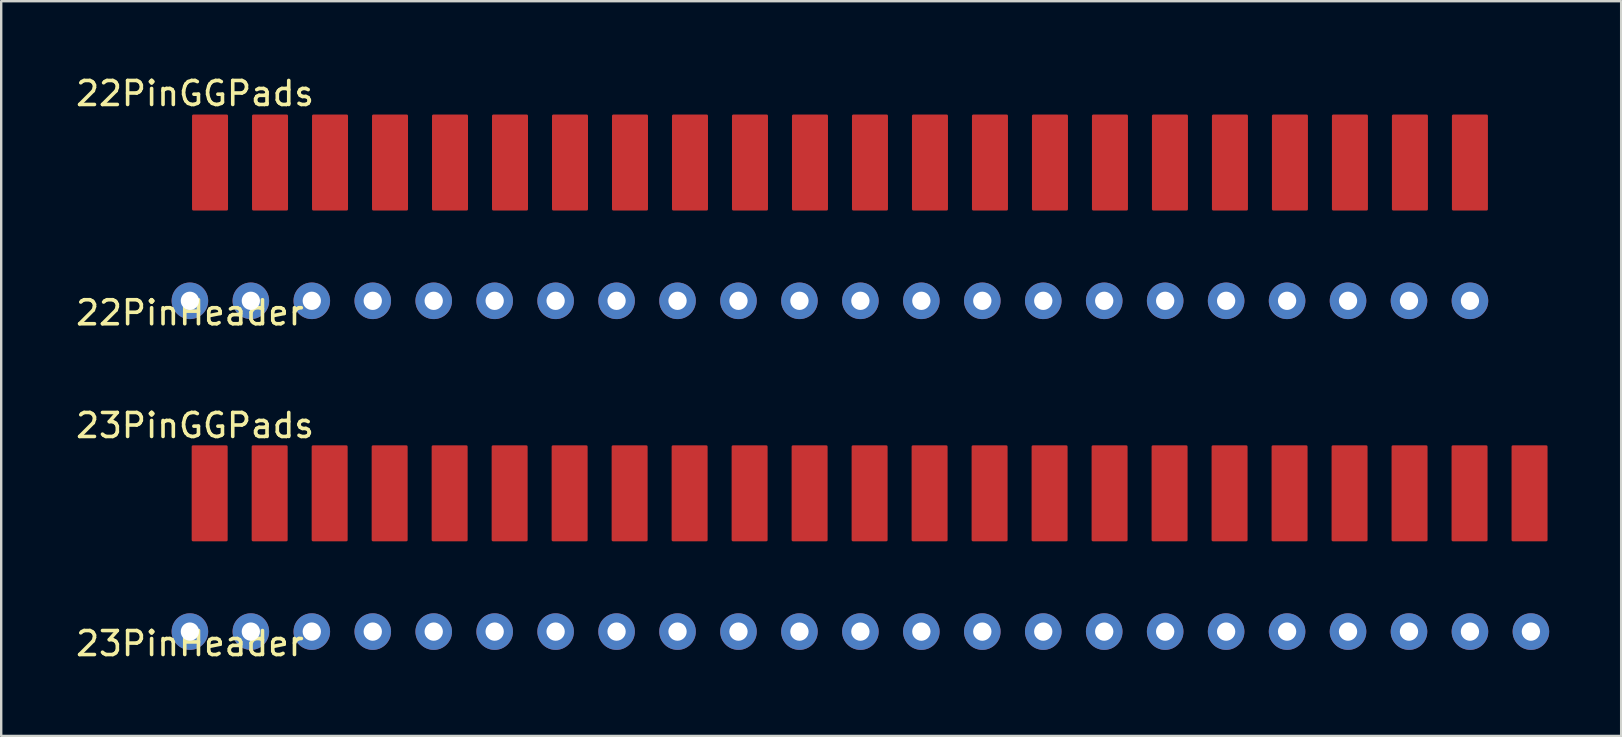
<source format=kicad_pcb>
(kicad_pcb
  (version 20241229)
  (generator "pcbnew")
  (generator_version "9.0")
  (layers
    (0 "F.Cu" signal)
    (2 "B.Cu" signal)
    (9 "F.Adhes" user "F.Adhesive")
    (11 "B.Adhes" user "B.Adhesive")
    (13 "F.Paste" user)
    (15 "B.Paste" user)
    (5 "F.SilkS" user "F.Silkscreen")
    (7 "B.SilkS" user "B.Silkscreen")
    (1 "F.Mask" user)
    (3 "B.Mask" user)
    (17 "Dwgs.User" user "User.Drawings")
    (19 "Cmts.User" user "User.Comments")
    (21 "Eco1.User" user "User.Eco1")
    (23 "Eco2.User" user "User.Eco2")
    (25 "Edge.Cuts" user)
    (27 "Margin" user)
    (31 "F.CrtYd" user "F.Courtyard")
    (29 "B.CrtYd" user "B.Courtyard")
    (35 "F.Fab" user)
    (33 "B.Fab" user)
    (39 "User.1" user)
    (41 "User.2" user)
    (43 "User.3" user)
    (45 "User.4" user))
  (footprint "23PinGGPads"
    (layer "F.Cu")
    (at 4.952 15.557)
    (property "Reference" "23PinGGPads" (at 0.125 -0.875 0) (layer "F.SilkS") (effects (font (size 1 1) (thickness 0.15))))
    (attr through_hole)
    (pad "1" smd custom (at 0.75 0.675) (size 1.124 1.124) (layers "F.Cu" "F.Mask" "F.Paste") (options (anchor rect)) (primitives (gr_poly (pts (xy 0.685 3.225) (xy -0.715 3.225) (xy -0.715 -0.675) (xy 0.685 -0.675)) (width 0.1) (fill yes))))
    (pad "2" smd custom (at 3.25 0.675) (size 1.124 1.124) (layers "F.Cu" "F.Mask" "F.Paste") (options (anchor rect)) (primitives (gr_poly (pts (xy 0.685 3.225) (xy -0.715 3.225) (xy -0.715 -0.675) (xy 0.685 -0.675)) (width 0.1) (fill yes))))
    (pad "3" smd custom (at 5.75 0.675) (size 1.124 1.124) (layers "F.Cu" "F.Mask" "F.Paste") (options (anchor rect)) (primitives (gr_poly (pts (xy 0.685 3.225) (xy -0.715 3.225) (xy -0.715 -0.675) (xy 0.685 -0.675)) (width 0.1) (fill yes))))
    (pad "4" smd custom (at 8.25 0.675) (size 1.124 1.124) (layers "F.Cu" "F.Mask" "F.Paste") (options (anchor rect)) (primitives (gr_poly (pts (xy 0.685 3.225) (xy -0.715 3.225) (xy -0.715 -0.675) (xy 0.685 -0.675)) (width 0.1) (fill yes))))
    (pad "5" smd custom (at 10.75 0.675) (size 1.124 1.124) (layers "F.Cu" "F.Mask" "F.Paste") (options (anchor rect)) (primitives (gr_poly (pts (xy 0.685 3.225) (xy -0.715 3.225) (xy -0.715 -0.675) (xy 0.685 -0.675)) (width 0.1) (fill yes))))
    (pad "6" smd custom (at 13.25 0.675) (size 1.124 1.124) (layers "F.Cu" "F.Mask" "F.Paste") (options (anchor rect)) (primitives (gr_poly (pts (xy 0.685 3.225) (xy -0.715 3.225) (xy -0.715 -0.675) (xy 0.685 -0.675)) (width 0.1) (fill yes))))
    (pad "7" smd custom (at 15.75 0.675) (size 1.124 1.124) (layers "F.Cu" "F.Mask" "F.Paste") (options (anchor rect)) (primitives (gr_poly (pts (xy 0.685 3.225) (xy -0.715 3.225) (xy -0.715 -0.675) (xy 0.685 -0.675)) (width 0.1) (fill yes))))
    (pad "8" smd custom (at 18.25 0.675) (size 1.124 1.124) (layers "F.Cu" "F.Mask" "F.Paste") (options (anchor rect)) (primitives (gr_poly (pts (xy 0.685 3.225) (xy -0.715 3.225) (xy -0.715 -0.675) (xy 0.685 -0.675)) (width 0.1) (fill yes))))
    (pad "9" smd custom (at 20.75 0.675) (size 1.124 1.124) (layers "F.Cu" "F.Mask" "F.Paste") (options (anchor rect)) (primitives (gr_poly (pts (xy 0.685 3.225) (xy -0.715 3.225) (xy -0.715 -0.675) (xy 0.685 -0.675)) (width 0.1) (fill yes))))
    (pad "10" smd custom (at 23.25 0.675) (size 1.124 1.124) (layers "F.Cu" "F.Mask" "F.Paste") (options (anchor rect)) (primitives (gr_poly (pts (xy 0.685 3.225) (xy -0.715 3.225) (xy -0.715 -0.675) (xy 0.685 -0.675)) (width 0.1) (fill yes))))
    (pad "11" smd custom (at 25.75 0.675) (size 1.124 1.124) (layers "F.Cu" "F.Mask" "F.Paste") (options (anchor rect)) (primitives (gr_poly (pts (xy 0.685 3.225) (xy -0.715 3.225) (xy -0.715 -0.675) (xy 0.685 -0.675)) (width 0.1) (fill yes))))
    (pad "12" smd custom (at 28.25 0.675) (size 1.124 1.124) (layers "F.Cu" "F.Mask" "F.Paste") (options (anchor rect)) (primitives (gr_poly (pts (xy 0.685 3.225) (xy -0.715 3.225) (xy -0.715 -0.675) (xy 0.685 -0.675)) (width 0.1) (fill yes))))
    (pad "13" smd custom (at 30.75 0.675) (size 1.124 1.124) (layers "F.Cu" "F.Mask" "F.Paste") (options (anchor rect)) (primitives (gr_poly (pts (xy 0.685 3.225) (xy -0.715 3.225) (xy -0.715 -0.675) (xy 0.685 -0.675)) (width 0.1) (fill yes))))
    (pad "14" smd custom (at 33.25 0.675) (size 1.124 1.124) (layers "F.Cu" "F.Mask" "F.Paste") (options (anchor rect)) (primitives (gr_poly (pts (xy 0.685 3.225) (xy -0.715 3.225) (xy -0.715 -0.675) (xy 0.685 -0.675)) (width 0.1) (fill yes))))
    (pad "15" smd custom (at 35.75 0.675) (size 1.124 1.124) (layers "F.Cu" "F.Mask" "F.Paste") (options (anchor rect)) (primitives (gr_poly (pts (xy 0.685 3.225) (xy -0.715 3.225) (xy -0.715 -0.675) (xy 0.685 -0.675)) (width 0.1) (fill yes))))
    (pad "16" smd custom (at 38.25 0.675) (size 1.124 1.124) (layers "F.Cu" "F.Mask" "F.Paste") (options (anchor rect)) (primitives (gr_poly (pts (xy 0.685 3.225) (xy -0.715 3.225) (xy -0.715 -0.675) (xy 0.685 -0.675)) (width 0.1) (fill yes))))
    (pad "17" smd custom (at 40.75 0.675) (size 1.124 1.124) (layers "F.Cu" "F.Mask" "F.Paste") (options (anchor rect)) (primitives (gr_poly (pts (xy 0.685 3.225) (xy -0.715 3.225) (xy -0.715 -0.675) (xy 0.685 -0.675)) (width 0.1) (fill yes))))
    (pad "18" smd custom (at 43.25 0.675) (size 1.124 1.124) (layers "F.Cu" "F.Mask" "F.Paste") (options (anchor rect)) (primitives (gr_poly (pts (xy 0.685 3.225) (xy -0.715 3.225) (xy -0.715 -0.675) (xy 0.685 -0.675)) (width 0.1) (fill yes))))
    (pad "19" smd custom (at 45.75 0.675) (size 1.124 1.124) (layers "F.Cu" "F.Mask" "F.Paste") (options (anchor rect)) (primitives (gr_poly (pts (xy 0.685 3.225) (xy -0.715 3.225) (xy -0.715 -0.675) (xy 0.685 -0.675)) (width 0.1) (fill yes))))
    (pad "20" smd custom (at 48.25 0.675) (size 1.124 1.124) (layers "F.Cu" "F.Mask" "F.Paste") (options (anchor rect)) (primitives (gr_poly (pts (xy 0.685 3.225) (xy -0.715 3.225) (xy -0.715 -0.675) (xy 0.685 -0.675)) (width 0.1) (fill yes))))
    (pad "21" smd custom (at 50.75 0.675) (size 1.124 1.124) (layers "F.Cu" "F.Mask" "F.Paste") (options (anchor rect)) (primitives (gr_poly (pts (xy 0.685 3.225) (xy -0.715 3.225) (xy -0.715 -0.675) (xy 0.685 -0.675)) (width 0.1) (fill yes))))
    (pad "22" smd custom (at 53.25 0.675) (size 1.124 1.124) (layers "F.Cu" "F.Mask" "F.Paste") (options (anchor rect)) (primitives (gr_poly (pts (xy 0.685 3.225) (xy -0.715 3.225) (xy -0.715 -0.675) (xy 0.685 -0.675)) (width 0.1) (fill yes))))
    (pad "23" smd custom (at 55.75 0.675) (size 1.124 1.124) (layers "F.Cu" "F.Mask" "F.Paste") (options (anchor rect)) (primitives (gr_poly (pts (xy 0.685 3.225) (xy -0.715 3.225) (xy -0.715 -0.675) (xy 0.685 -0.675)) (width 0.1) (fill yes)))))
  (footprint "22PinHeader"
    (layer "F.Cu")
    (at 4.863 9.485)
    (property "Reference" "22PinHeader" (at 0 0.5 0) (layer "F.SilkS") (effects (font (size 1 1) (thickness 0.15))))
    (attr through_hole)
    (pad "1" thru_hole circle (at 0 0) (size 1.524 1.524) (drill 0.762) (layers "*.Cu" "*.Mask"))
    (pad "2" thru_hole circle (at 2.54 0) (size 1.524 1.524) (drill 0.762) (layers "*.Cu" "*.Mask"))
    (pad "3" thru_hole circle (at 5.08 0) (size 1.524 1.524) (drill 0.762) (layers "*.Cu" "*.Mask"))
    (pad "4" thru_hole circle (at 7.62 0) (size 1.524 1.524) (drill 0.762) (layers "*.Cu" "*.Mask"))
    (pad "5" thru_hole circle (at 10.16 0) (size 1.524 1.524) (drill 0.762) (layers "*.Cu" "*.Mask"))
    (pad "6" thru_hole circle (at 12.7 0) (size 1.524 1.524) (drill 0.762) (layers "*.Cu" "*.Mask"))
    (pad "7" thru_hole circle (at 15.24 0) (size 1.524 1.524) (drill 0.762) (layers "*.Cu" "*.Mask"))
    (pad "8" thru_hole circle (at 17.78 0) (size 1.524 1.524) (drill 0.762) (layers "*.Cu" "*.Mask"))
    (pad "9" thru_hole circle (at 20.32 0) (size 1.524 1.524) (drill 0.762) (layers "*.Cu" "*.Mask"))
    (pad "10" thru_hole circle (at 22.86 0) (size 1.524 1.524) (drill 0.762) (layers "*.Cu" "*.Mask"))
    (pad "11" thru_hole circle (at 25.4 0) (size 1.524 1.524) (drill 0.762) (layers "*.Cu" "*.Mask"))
    (pad "12" thru_hole circle (at 27.94 0) (size 1.524 1.524) (drill 0.762) (layers "*.Cu" "*.Mask"))
    (pad "13" thru_hole circle (at 30.48 0) (size 1.524 1.524) (drill 0.762) (layers "*.Cu" "*.Mask"))
    (pad "14" thru_hole circle (at 33.02 0) (size 1.524 1.524) (drill 0.762) (layers "*.Cu" "*.Mask"))
    (pad "15" thru_hole circle (at 35.56 0) (size 1.524 1.524) (drill 0.762) (layers "*.Cu" "*.Mask"))
    (pad "16" thru_hole circle (at 38.1 0) (size 1.524 1.524) (drill 0.762) (layers "*.Cu" "*.Mask"))
    (pad "17" thru_hole circle (at 40.64 0) (size 1.524 1.524) (drill 0.762) (layers "*.Cu" "*.Mask"))
    (pad "18" thru_hole circle (at 43.18 0) (size 1.524 1.524) (drill 0.762) (layers "*.Cu" "*.Mask"))
    (pad "19" thru_hole circle (at 45.72 0) (size 1.524 1.524) (drill 0.762) (layers "*.Cu" "*.Mask"))
    (pad "20" thru_hole circle (at 48.26 0) (size 1.524 1.524) (drill 0.762) (layers "*.Cu" "*.Mask"))
    (pad "21" thru_hole circle (at 50.8 0) (size 1.524 1.524) (drill 0.762) (layers "*.Cu" "*.Mask"))
    (pad "22" thru_hole circle (at 53.34 0) (size 1.524 1.524) (drill 0.762) (layers "*.Cu" "*.Mask")))
  (footprint "22PinGGPads"
    (layer "F.Cu")
    (at 4.952 1.723)
    (property "Reference" "22PinGGPads" (at 0.125 -0.875 0) (layer "F.SilkS") (effects (font (size 1 1) (thickness 0.15))))
    (attr through_hole)
    (pad "1" smd custom (at 0.75 0.71) (size 1.124 1.124) (layers "F.Cu" "F.Mask" "F.Paste") (options (anchor rect)) (primitives (gr_poly (pts (xy 0.7 3.24) (xy -0.7 3.24) (xy -0.7 -0.66) (xy 0.7 -0.66)) (width 0.1) (fill yes))))
    (pad "2" smd custom (at 3.25 0.71) (size 1.124 1.124) (layers "F.Cu" "F.Mask" "F.Paste") (options (anchor rect)) (primitives (gr_poly (pts (xy 0.7 3.24) (xy -0.7 3.24) (xy -0.7 -0.66) (xy 0.7 -0.66)) (width 0.1) (fill yes))))
    (pad "3" smd custom (at 5.75 0.71) (size 1.124 1.124) (layers "F.Cu" "F.Mask" "F.Paste") (options (anchor rect)) (primitives (gr_poly (pts (xy 0.7 3.24) (xy -0.7 3.24) (xy -0.7 -0.66) (xy 0.7 -0.66)) (width 0.1) (fill yes))))
    (pad "4" smd custom (at 8.25 0.71) (size 1.124 1.124) (layers "F.Cu" "F.Mask" "F.Paste") (options (anchor rect)) (primitives (gr_poly (pts (xy 0.7 3.24) (xy -0.7 3.24) (xy -0.7 -0.66) (xy 0.7 -0.66)) (width 0.1) (fill yes))))
    (pad "5" smd custom (at 10.75 0.71) (size 1.124 1.124) (layers "F.Cu" "F.Mask" "F.Paste") (options (anchor rect)) (primitives (gr_poly (pts (xy 0.7 3.24) (xy -0.7 3.24) (xy -0.7 -0.66) (xy 0.7 -0.66)) (width 0.1) (fill yes))))
    (pad "6" smd custom (at 13.25 0.71) (size 1.124 1.124) (layers "F.Cu" "F.Mask" "F.Paste") (options (anchor rect)) (primitives (gr_poly (pts (xy 0.7 3.24) (xy -0.7 3.24) (xy -0.7 -0.66) (xy 0.7 -0.66)) (width 0.1) (fill yes))))
    (pad "7" smd custom (at 15.75 0.71) (size 1.124 1.124) (layers "F.Cu" "F.Mask" "F.Paste") (options (anchor rect)) (primitives (gr_poly (pts (xy 0.7 3.24) (xy -0.7 3.24) (xy -0.7 -0.66) (xy 0.7 -0.66)) (width 0.1) (fill yes))))
    (pad "8" smd custom (at 18.25 0.71) (size 1.124 1.124) (layers "F.Cu" "F.Mask" "F.Paste") (options (anchor rect)) (primitives (gr_poly (pts (xy 0.7 3.24) (xy -0.7 3.24) (xy -0.7 -0.66) (xy 0.7 -0.66)) (width 0.1) (fill yes))))
    (pad "9" smd custom (at 20.75 0.71) (size 1.124 1.124) (layers "F.Cu" "F.Mask" "F.Paste") (options (anchor rect)) (primitives (gr_poly (pts (xy 0.7 3.24) (xy -0.7 3.24) (xy -0.7 -0.66) (xy 0.7 -0.66)) (width 0.1) (fill yes))))
    (pad "10" smd custom (at 23.25 0.71) (size 1.124 1.124) (layers "F.Cu" "F.Mask" "F.Paste") (options (anchor rect)) (primitives (gr_poly (pts (xy 0.7 3.24) (xy -0.7 3.24) (xy -0.7 -0.66) (xy 0.7 -0.66)) (width 0.1) (fill yes))))
    (pad "11" smd custom (at 25.75 0.71) (size 1.124 1.124) (layers "F.Cu" "F.Mask" "F.Paste") (options (anchor rect)) (primitives (gr_poly (pts (xy 0.7 3.24) (xy -0.7 3.24) (xy -0.7 -0.66) (xy 0.7 -0.66)) (width 0.1) (fill yes))))
    (pad "12" smd custom (at 28.25 0.71) (size 1.124 1.124) (layers "F.Cu" "F.Mask" "F.Paste") (options (anchor rect)) (primitives (gr_poly (pts (xy 0.7 3.24) (xy -0.7 3.24) (xy -0.7 -0.66) (xy 0.7 -0.66)) (width 0.1) (fill yes))))
    (pad "13" smd custom (at 30.75 0.71) (size 1.124 1.124) (layers "F.Cu" "F.Mask" "F.Paste") (options (anchor rect)) (primitives (gr_poly (pts (xy 0.7 3.24) (xy -0.7 3.24) (xy -0.7 -0.66) (xy 0.7 -0.66)) (width 0.1) (fill yes))))
    (pad "14" smd custom (at 33.25 0.71) (size 1.124 1.124) (layers "F.Cu" "F.Mask" "F.Paste") (options (anchor rect)) (primitives (gr_poly (pts (xy 0.7 3.24) (xy -0.7 3.24) (xy -0.7 -0.66) (xy 0.7 -0.66)) (width 0.1) (fill yes))))
    (pad "15" smd custom (at 35.75 0.71) (size 1.124 1.124) (layers "F.Cu" "F.Mask" "F.Paste") (options (anchor rect)) (primitives (gr_poly (pts (xy 0.7 3.24) (xy -0.7 3.24) (xy -0.7 -0.66) (xy 0.7 -0.66)) (width 0.1) (fill yes))))
    (pad "16" smd custom (at 38.25 0.71) (size 1.124 1.124) (layers "F.Cu" "F.Mask" "F.Paste") (options (anchor rect)) (primitives (gr_poly (pts (xy 0.7 3.24) (xy -0.7 3.24) (xy -0.7 -0.66) (xy 0.7 -0.66)) (width 0.1) (fill yes))))
    (pad "17" smd custom (at 40.75 0.71) (size 1.124 1.124) (layers "F.Cu" "F.Mask" "F.Paste") (options (anchor rect)) (primitives (gr_poly (pts (xy 0.7 3.24) (xy -0.7 3.24) (xy -0.7 -0.66) (xy 0.7 -0.66)) (width 0.1) (fill yes))))
    (pad "18" smd custom (at 43.25 0.71) (size 1.124 1.124) (layers "F.Cu" "F.Mask" "F.Paste") (options (anchor rect)) (primitives (gr_poly (pts (xy 0.7 3.24) (xy -0.7 3.24) (xy -0.7 -0.66) (xy 0.7 -0.66)) (width 0.1) (fill yes))))
    (pad "19" smd custom (at 45.75 0.71) (size 1.124 1.124) (layers "F.Cu" "F.Mask" "F.Paste") (options (anchor rect)) (primitives (gr_poly (pts (xy 0.7 3.24) (xy -0.7 3.24) (xy -0.7 -0.66) (xy 0.7 -0.66)) (width 0.1) (fill yes))))
    (pad "20" smd custom (at 48.25 0.71) (size 1.124 1.124) (layers "F.Cu" "F.Mask" "F.Paste") (options (anchor rect)) (primitives (gr_poly (pts (xy 0.7 3.24) (xy -0.7 3.24) (xy -0.7 -0.66) (xy 0.7 -0.66)) (width 0.1) (fill yes))))
    (pad "21" smd custom (at 50.75 0.71) (size 1.124 1.124) (layers "F.Cu" "F.Mask" "F.Paste") (options (anchor rect)) (primitives (gr_poly (pts (xy 0.7 3.24) (xy -0.7 3.24) (xy -0.7 -0.66) (xy 0.7 -0.66)) (width 0.1) (fill yes))))
    (pad "22" smd custom (at 53.25 0.71) (size 1.124 1.124) (layers "F.Cu" "F.Mask" "F.Paste") (options (anchor rect)) (primitives (gr_poly (pts (xy 0.7 3.24) (xy -0.7 3.24) (xy -0.7 -0.66) (xy 0.7 -0.66)) (width 0.1) (fill yes)))))
  (footprint "23PinHeader"
    (layer "F.Cu")
    (at 4.863 23.269)
    (property "Reference" "23PinHeader" (at 0 0.5 0) (layer "F.SilkS") (effects (font (size 1 1) (thickness 0.15))))
    (attr through_hole)
    (pad "1" thru_hole circle (at 0 0) (size 1.524 1.524) (drill 0.762) (layers "*.Cu" "*.Mask"))
    (pad "2" thru_hole circle (at 2.54 0) (size 1.524 1.524) (drill 0.762) (layers "*.Cu" "*.Mask"))
    (pad "3" thru_hole circle (at 5.08 0) (size 1.524 1.524) (drill 0.762) (layers "*.Cu" "*.Mask"))
    (pad "4" thru_hole circle (at 7.62 0) (size 1.524 1.524) (drill 0.762) (layers "*.Cu" "*.Mask"))
    (pad "5" thru_hole circle (at 10.16 0) (size 1.524 1.524) (drill 0.762) (layers "*.Cu" "*.Mask"))
    (pad "6" thru_hole circle (at 12.7 0) (size 1.524 1.524) (drill 0.762) (layers "*.Cu" "*.Mask"))
    (pad "7" thru_hole circle (at 15.24 0) (size 1.524 1.524) (drill 0.762) (layers "*.Cu" "*.Mask"))
    (pad "8" thru_hole circle (at 17.78 0) (size 1.524 1.524) (drill 0.762) (layers "*.Cu" "*.Mask"))
    (pad "9" thru_hole circle (at 20.32 0) (size 1.524 1.524) (drill 0.762) (layers "*.Cu" "*.Mask"))
    (pad "10" thru_hole circle (at 22.86 0) (size 1.524 1.524) (drill 0.762) (layers "*.Cu" "*.Mask"))
    (pad "11" thru_hole circle (at 25.4 0) (size 1.524 1.524) (drill 0.762) (layers "*.Cu" "*.Mask"))
    (pad "12" thru_hole circle (at 27.94 0) (size 1.524 1.524) (drill 0.762) (layers "*.Cu" "*.Mask"))
    (pad "13" thru_hole circle (at 30.48 0) (size 1.524 1.524) (drill 0.762) (layers "*.Cu" "*.Mask"))
    (pad "14" thru_hole circle (at 33.02 0) (size 1.524 1.524) (drill 0.762) (layers "*.Cu" "*.Mask"))
    (pad "15" thru_hole circle (at 35.56 0) (size 1.524 1.524) (drill 0.762) (layers "*.Cu" "*.Mask"))
    (pad "16" thru_hole circle (at 38.1 0) (size 1.524 1.524) (drill 0.762) (layers "*.Cu" "*.Mask"))
    (pad "17" thru_hole circle (at 40.64 0) (size 1.524 1.524) (drill 0.762) (layers "*.Cu" "*.Mask"))
    (pad "18" thru_hole circle (at 43.18 0) (size 1.524 1.524) (drill 0.762) (layers "*.Cu" "*.Mask"))
    (pad "19" thru_hole circle (at 45.72 0) (size 1.524 1.524) (drill 0.762) (layers "*.Cu" "*.Mask"))
    (pad "20" thru_hole circle (at 48.26 0) (size 1.524 1.524) (drill 0.762) (layers "*.Cu" "*.Mask"))
    (pad "21" thru_hole circle (at 50.8 0) (size 1.524 1.524) (drill 0.762) (layers "*.Cu" "*.Mask"))
    (pad "22" thru_hole circle (at 53.34 0) (size 1.524 1.524) (drill 0.762) (layers "*.Cu" "*.Mask"))
    (pad "23" thru_hole circle (at 55.88 0) (size 1.524 1.524) (drill 0.762) (layers "*.Cu" "*.Mask")))
  (gr_rect
    (start -3 -3)
    (end 64.505 27.617)
    (stroke (width 0.1) (type default))
    (fill no)
    (layer "Edge.Cuts")))
</source>
